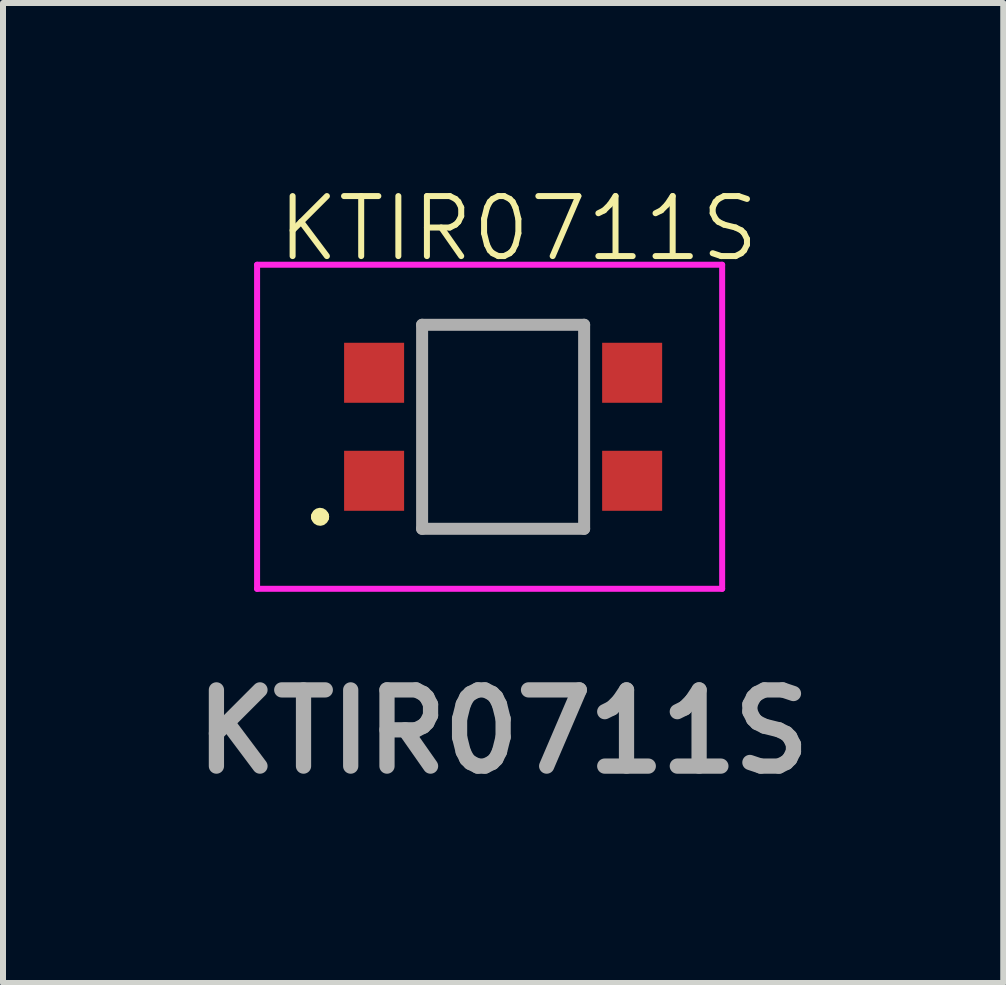
<source format=kicad_pcb>
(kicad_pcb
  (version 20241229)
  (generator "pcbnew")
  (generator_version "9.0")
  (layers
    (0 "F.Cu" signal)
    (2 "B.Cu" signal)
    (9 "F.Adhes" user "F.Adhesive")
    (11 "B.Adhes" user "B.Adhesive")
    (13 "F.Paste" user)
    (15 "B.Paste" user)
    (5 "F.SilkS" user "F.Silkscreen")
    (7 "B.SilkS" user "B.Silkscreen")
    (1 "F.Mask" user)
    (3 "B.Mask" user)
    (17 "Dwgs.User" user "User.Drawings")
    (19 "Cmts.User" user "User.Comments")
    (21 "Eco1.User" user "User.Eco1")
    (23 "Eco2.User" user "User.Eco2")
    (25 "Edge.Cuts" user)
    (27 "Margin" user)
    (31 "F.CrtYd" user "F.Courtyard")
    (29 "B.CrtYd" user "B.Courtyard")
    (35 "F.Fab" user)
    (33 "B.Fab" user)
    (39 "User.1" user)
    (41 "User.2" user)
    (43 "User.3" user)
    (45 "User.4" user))
  (footprint "KTIR0711S"
    (layer "F.Cu")
    (at 5.334 4.062)
    (property "Reference" "KTIR0711S" (at 0.254 -3.302 0) (unlocked yes) (layer "F.SilkS") (effects (font (size 1 1) (thickness 0.1))))
    (attr smd)
    (fp_line (start -3.1 1.5) (end -3.1 1.5) (stroke (width 0.2) (type solid)) (layer "F.SilkS"))
    (fp_line (start -3 1.5) (end -3 1.5) (stroke (width 0.2) (type solid)) (layer "F.SilkS"))
    (fp_line (start -1.35 -1.7) (end 1.35 -1.7) (stroke (width 0.1) (type solid)) (layer "F.SilkS"))
    (fp_line (start -1.35 1.7) (end 1.35 1.7) (stroke (width 0.1) (type solid)) (layer "F.SilkS"))
    (fp_arc (start -3.1 1.5) (mid -3.05 1.45) (end -3 1.5) (stroke (width 0.2) (type solid)) (layer "F.SilkS"))
    (fp_arc (start -3 1.5) (mid -3.05 1.55) (end -3.1 1.5) (stroke (width 0.2) (type solid)) (layer "F.SilkS"))
    (fp_line (start -4.1 -2.7) (end 3.65 -2.7) (stroke (width 0.1) (type solid)) (layer "F.CrtYd"))
    (fp_line (start -4.1 2.7) (end -4.1 -2.7) (stroke (width 0.1) (type solid)) (layer "F.CrtYd"))
    (fp_line (start 3.65 -2.7) (end 3.65 2.7) (stroke (width 0.1) (type solid)) (layer "F.CrtYd"))
    (fp_line (start 3.65 2.7) (end -4.1 2.7) (stroke (width 0.1) (type solid)) (layer "F.CrtYd"))
    (fp_line (start -1.35 -1.7) (end 1.35 -1.7) (stroke (width 0.2) (type solid)) (layer "F.Fab"))
    (fp_line (start -1.35 1.7) (end -1.35 -1.7) (stroke (width 0.2) (type solid)) (layer "F.Fab"))
    (fp_line (start 1.35 -1.7) (end 1.35 1.7) (stroke (width 0.2) (type solid)) (layer "F.Fab"))
    (fp_line (start 1.35 1.7) (end -1.35 1.7) (stroke (width 0.2) (type solid)) (layer "F.Fab"))
    (fp_text user "${REFERENCE}" (at 0 5.08 0) (layer "F.Fab") (effects (font (size 1.27 1.27) (thickness 0.254))))
    (pad "1" smd rect (at -2.15 0.9 90) (size 1 1) (layers "F.Cu" "F.Mask" "F.Paste"))
    (pad "2" smd rect (at -2.15 -0.9 90) (size 1 1) (layers "F.Cu" "F.Mask" "F.Paste"))
    (pad "3" smd rect (at 2.15 -0.9 90) (size 1 1) (layers "F.Cu" "F.Mask" "F.Paste"))
    (pad "4" smd rect (at 2.15 0.9 90) (size 1 1) (layers "F.Cu" "F.Mask" "F.Paste")))
  (gr_rect
    (start -3 -3)
    (end 13.668 13.331)
    (stroke (width 0.1) (type default))
    (fill no)
    (layer "Edge.Cuts")))
</source>
